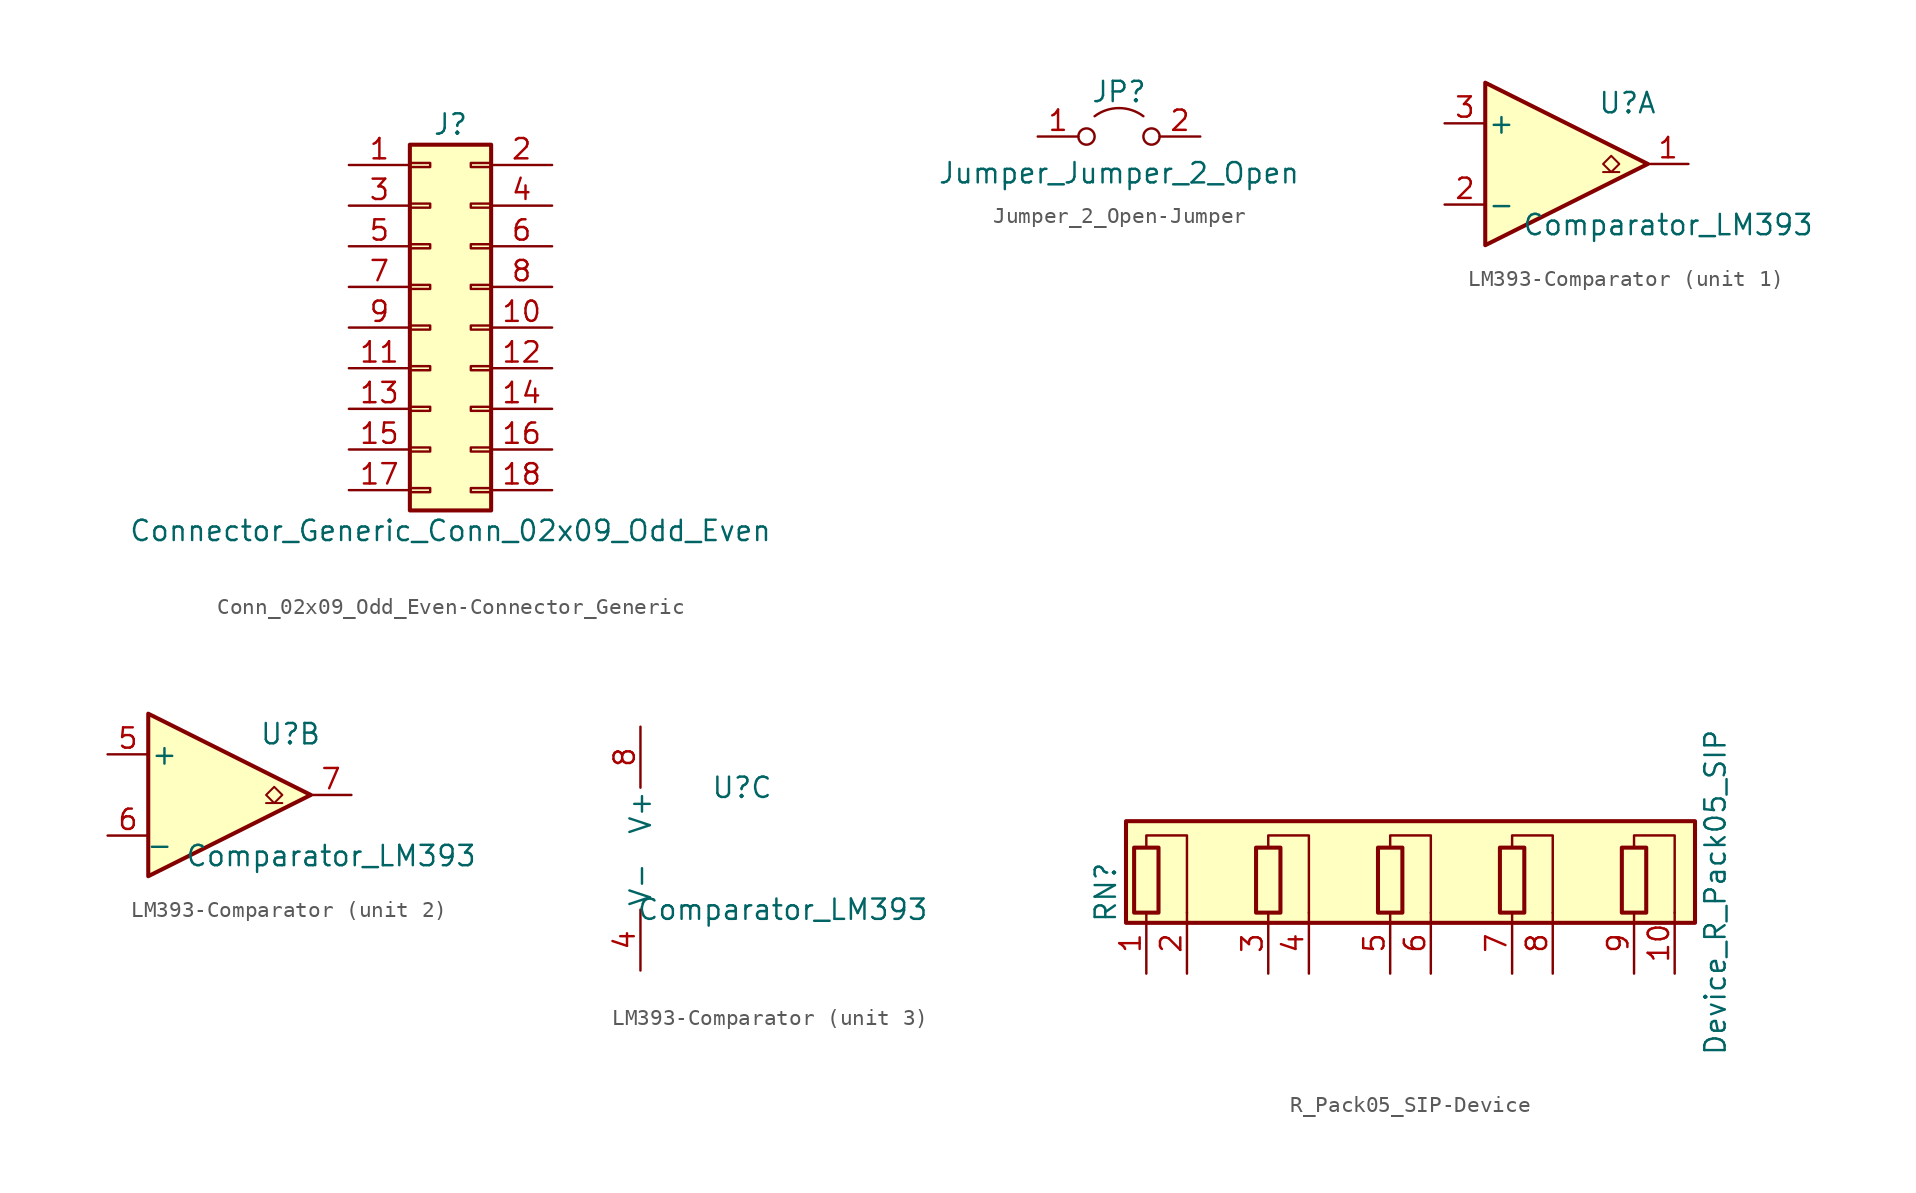
<source format=kicad_sym>
(kicad_symbol_lib
  (version 20220914)
  (generator kicad_symbol_editor)
  (symbol "Conn_02x09_Odd_Even-Connector_Generic"
    (pin_names
      (offset 1.016) hide)
    (property "Reference" "J"
      (at 1.27 12.7 0)
      (effects (font (size 1.27 1.27))))
    (property "Value" "Connector_Generic_Conn_02x09_Odd_Even"
      (at 1.27 -12.7 0)
      (effects (font (size 1.27 1.27))))
    (symbol "Conn_02x09_Odd_Even-Connector_Generic_1_1"
      (rectangle (start -1.27 -10.033) (end 0 -10.287) (stroke (width 0.152) (type solid)) (fill (type none)))
      (rectangle (start -1.27 -7.493) (end 0 -7.747) (stroke (width 0.152) (type solid)) (fill (type none)))
      (rectangle (start -1.27 -4.953) (end 0 -5.207) (stroke (width 0.152) (type solid)) (fill (type none)))
      (rectangle (start -1.27 -2.413) (end 0 -2.667) (stroke (width 0.152) (type solid)) (fill (type none)))
      (rectangle (start -1.27 0.127) (end 0 -0.127) (stroke (width 0.152) (type solid)) (fill (type none)))
      (rectangle (start -1.27 2.667) (end 0 2.413) (stroke (width 0.152) (type solid)) (fill (type none)))
      (rectangle (start -1.27 5.207) (end 0 4.953) (stroke (width 0.152) (type solid)) (fill (type none)))
      (rectangle (start -1.27 7.747) (end 0 7.493) (stroke (width 0.152) (type solid)) (fill (type none)))
      (rectangle (start -1.27 10.287) (end 0 10.033) (stroke (width 0.152) (type solid)) (fill (type none)))
      (rectangle (start -1.27 11.43) (end 3.81 -11.43) (stroke (width 0.254) (type solid)) (fill (type background)))
      (rectangle (start 3.81 -10.033) (end 2.54 -10.287) (stroke (width 0.152) (type solid)) (fill (type none)))
      (rectangle (start 3.81 -7.493) (end 2.54 -7.747) (stroke (width 0.152) (type solid)) (fill (type none)))
      (rectangle (start 3.81 -4.953) (end 2.54 -5.207) (stroke (width 0.152) (type solid)) (fill (type none)))
      (rectangle (start 3.81 -2.413) (end 2.54 -2.667) (stroke (width 0.152) (type solid)) (fill (type none)))
      (rectangle (start 3.81 0.127) (end 2.54 -0.127) (stroke (width 0.152) (type solid)) (fill (type none)))
      (rectangle (start 3.81 2.667) (end 2.54 2.413) (stroke (width 0.152) (type solid)) (fill (type none)))
      (rectangle (start 3.81 5.207) (end 2.54 4.953) (stroke (width 0.152) (type solid)) (fill (type none)))
      (rectangle (start 3.81 7.747) (end 2.54 7.493) (stroke (width 0.152) (type solid)) (fill (type none)))
      (rectangle (start 3.81 10.287) (end 2.54 10.033) (stroke (width 0.152) (type solid)) (fill (type none)))
      (pin passive line (at -5.08 10.16 0) (length 3.81) (name "Pin_1" (effects (font (size 1.27 1.27)))) (number "1" (effects (font (size 1.27 1.27)))))
      (pin passive line (at 7.62 0 180) (length 3.81) (name "Pin_10" (effects (font (size 1.27 1.27)))) (number "10" (effects (font (size 1.27 1.27)))))
      (pin passive line (at -5.08 -2.54 0) (length 3.81) (name "Pin_11" (effects (font (size 1.27 1.27)))) (number "11" (effects (font (size 1.27 1.27)))))
      (pin passive line (at 7.62 -2.54 180) (length 3.81) (name "Pin_12" (effects (font (size 1.27 1.27)))) (number "12" (effects (font (size 1.27 1.27)))))
      (pin passive line (at -5.08 -5.08 0) (length 3.81) (name "Pin_13" (effects (font (size 1.27 1.27)))) (number "13" (effects (font (size 1.27 1.27)))))
      (pin passive line (at 7.62 -5.08 180) (length 3.81) (name "Pin_14" (effects (font (size 1.27 1.27)))) (number "14" (effects (font (size 1.27 1.27)))))
      (pin passive line (at -5.08 -7.62 0) (length 3.81) (name "Pin_15" (effects (font (size 1.27 1.27)))) (number "15" (effects (font (size 1.27 1.27)))))
      (pin passive line (at 7.62 -7.62 180) (length 3.81) (name "Pin_16" (effects (font (size 1.27 1.27)))) (number "16" (effects (font (size 1.27 1.27)))))
      (pin passive line (at -5.08 -10.16 0) (length 3.81) (name "Pin_17" (effects (font (size 1.27 1.27)))) (number "17" (effects (font (size 1.27 1.27)))))
      (pin passive line (at 7.62 -10.16 180) (length 3.81) (name "Pin_18" (effects (font (size 1.27 1.27)))) (number "18" (effects (font (size 1.27 1.27)))))
      (pin passive line (at 7.62 10.16 180) (length 3.81) (name "Pin_2" (effects (font (size 1.27 1.27)))) (number "2" (effects (font (size 1.27 1.27)))))
      (pin passive line (at -5.08 7.62 0) (length 3.81) (name "Pin_3" (effects (font (size 1.27 1.27)))) (number "3" (effects (font (size 1.27 1.27)))))
      (pin passive line (at 7.62 7.62 180) (length 3.81) (name "Pin_4" (effects (font (size 1.27 1.27)))) (number "4" (effects (font (size 1.27 1.27)))))
      (pin passive line (at -5.08 5.08 0) (length 3.81) (name "Pin_5" (effects (font (size 1.27 1.27)))) (number "5" (effects (font (size 1.27 1.27)))))
      (pin passive line (at 7.62 5.08 180) (length 3.81) (name "Pin_6" (effects (font (size 1.27 1.27)))) (number "6" (effects (font (size 1.27 1.27)))))
      (pin passive line (at -5.08 2.54 0) (length 3.81) (name "Pin_7" (effects (font (size 1.27 1.27)))) (number "7" (effects (font (size 1.27 1.27)))))
      (pin passive line (at 7.62 2.54 180) (length 3.81) (name "Pin_8" (effects (font (size 1.27 1.27)))) (number "8" (effects (font (size 1.27 1.27)))))
      (pin passive line (at -5.08 0 0) (length 3.81) (name "Pin_9" (effects (font (size 1.27 1.27)))) (number "9" (effects (font (size 1.27 1.27)))))))
  (symbol "Jumper_2_Open-Jumper"
    (pin_names
      (offset 0) hide)
    (property "Reference" "JP"
      (at 0 2.794 0)
      (effects (font (size 1.27 1.27))))
    (property "Value" "Jumper_Jumper_2_Open"
      (at 0 -2.286 0)
      (effects (font (size 1.27 1.27))))
    (symbol "Jumper_2_Open-Jumper_0_0"
      (circle (center -2.032 0) (radius 0.508) (stroke (width 0) (type solid)) (fill (type none)))
      (circle (center 2.032 0) (radius 0.508) (stroke (width 0) (type solid)) (fill (type none))))
    (symbol "Jumper_2_Open-Jumper_0_1"
      (arc (start 1.524 1.27) (mid 0 1.778) (end -1.524 1.27) (stroke (width 0) (type solid)) (fill (type none))))
    (symbol "Jumper_2_Open-Jumper_1_1"
      (pin passive line (at -5.08 0 0) (length 2.54) (name "A" (effects (font (size 1.27 1.27)))) (number "1" (effects (font (size 1.27 1.27)))))
      (pin passive line (at 5.08 0 180) (length 2.54) (name "B" (effects (font (size 1.27 1.27)))) (number "2" (effects (font (size 1.27 1.27)))))))
  (symbol "LM393-Comparator"
    (pin_names
      (offset 0.127))
    (property "Reference" "U"
      (at 3.81 3.81 0)
      (effects (font (size 1.27 1.27))))
    (property "Value" "Comparator_LM393"
      (at 6.35 -3.81 0)
      (effects (font (size 1.27 1.27))))
    (property "ki_locked" ""
      (at 0 0 0)
      (effects (font (size 1.27 1.27))))
    (symbol "LM393-Comparator_1_1"
      (polyline (pts (xy -5.08 5.08) (xy 5.08 0) (xy -5.08 -5.08) (xy -5.08 5.08)) (stroke (width 0.254) (type solid)) (fill (type background)))
      (polyline (pts (xy 3.302 -0.508) (xy 2.794 -0.508) (xy 3.302 0) (xy 2.794 0.508) (xy 2.286 0) (xy 2.794 -0.508) (xy 2.286 -0.508)) (stroke (width 0.127) (type solid)) (fill (type none)))
      (pin open_collector line (at 7.62 0 180) (length 2.54) (name "~" (effects (font (size 1.27 1.27)))) (number "1" (effects (font (size 1.27 1.27)))))
      (pin input line (at -7.62 -2.54 0) (length 2.54) (name "-" (effects (font (size 1.27 1.27)))) (number "2" (effects (font (size 1.27 1.27)))))
      (pin input line (at -7.62 2.54 0) (length 2.54) (name "+" (effects (font (size 1.27 1.27)))) (number "3" (effects (font (size 1.27 1.27))))))
    (symbol "LM393-Comparator_2_1"
      (polyline (pts (xy -5.08 5.08) (xy 5.08 0) (xy -5.08 -5.08) (xy -5.08 5.08)) (stroke (width 0.254) (type solid)) (fill (type background)))
      (polyline (pts (xy 3.302 -0.508) (xy 2.794 -0.508) (xy 3.302 0) (xy 2.794 0.508) (xy 2.286 0) (xy 2.794 -0.508) (xy 2.286 -0.508)) (stroke (width 0.127) (type solid)) (fill (type none)))
      (pin input line (at -7.62 2.54 0) (length 2.54) (name "+" (effects (font (size 1.27 1.27)))) (number "5" (effects (font (size 1.27 1.27)))))
      (pin input line (at -7.62 -2.54 0) (length 2.54) (name "_" (effects (font (size 1.27 1.27)))) (number "6" (effects (font (size 1.27 1.27)))))
      (pin open_collector line (at 7.62 0 180) (length 2.54) (name "~" (effects (font (size 1.27 1.27)))) (number "7" (effects (font (size 1.27 1.27))))))
    (symbol "LM393-Comparator_3_1"
      (pin power_in line (at -2.54 -7.62 90) (length 3.81) (name "V-" (effects (font (size 1.27 1.27)))) (number "4" (effects (font (size 1.27 1.27)))))
      (pin power_in line (at -2.54 7.62 270) (length 3.81) (name "V+" (effects (font (size 1.27 1.27)))) (number "8" (effects (font (size 1.27 1.27)))))))
  (symbol "R_Pack05_SIP-Device"
    (pin_names
      (offset 0) hide)
    (property "Reference" "RN"
      (at -17.78 0 90)
      (effects (font (size 1.27 1.27))))
    (property "Value" "Device_R_Pack05_SIP"
      (at 20.32 0 90)
      (effects (font (size 1.27 1.27))))
    (symbol "R_Pack05_SIP-Device_0_1"
      (rectangle (start -16.51 -1.905) (end 19.05 4.445) (stroke (width 0.254) (type solid)) (fill (type background)))
      (rectangle (start -16.002 2.794) (end -14.478 -1.27) (stroke (width 0.254) (type solid)) (fill (type none)))
      (rectangle (start -8.382 2.794) (end -6.858 -1.27) (stroke (width 0.254) (type solid)) (fill (type none)))
      (rectangle (start -0.762 2.794) (end 0.762 -1.27) (stroke (width 0.254) (type solid)) (fill (type none)))
      (polyline (pts (xy -15.24 2.794) (xy -15.24 3.556) (xy -12.7 3.556) (xy -12.7 -1.27)) (stroke (width 0) (type solid)) (fill (type none)))
      (polyline (pts (xy -7.62 2.794) (xy -7.62 3.556) (xy -5.08 3.556) (xy -5.08 -1.27)) (stroke (width 0) (type solid)) (fill (type none)))
      (polyline (pts (xy 0 2.794) (xy 0 3.556) (xy 2.54 3.556) (xy 2.54 -1.27)) (stroke (width 0) (type solid)) (fill (type none)))
      (polyline (pts (xy 7.62 2.794) (xy 7.62 3.556) (xy 10.16 3.556) (xy 10.16 -1.27)) (stroke (width 0) (type solid)) (fill (type none)))
      (polyline (pts (xy 15.24 2.794) (xy 15.24 3.556) (xy 17.78 3.556) (xy 17.78 -1.27)) (stroke (width 0) (type solid)) (fill (type none)))
      (rectangle (start 6.858 2.794) (end 8.382 -1.27) (stroke (width 0.254) (type solid)) (fill (type none)))
      (rectangle (start 14.478 2.794) (end 16.002 -1.27) (stroke (width 0.254) (type solid)) (fill (type none))))
    (symbol "R_Pack05_SIP-Device_1_1"
      (pin passive line (at -15.24 -5.08 90) (length 3.81) (name "R1.1" (effects (font (size 1.27 1.27)))) (number "1" (effects (font (size 1.27 1.27)))))
      (pin passive line (at 17.78 -5.08 90) (length 3.81) (name "R5.2" (effects (font (size 1.27 1.27)))) (number "10" (effects (font (size 1.27 1.27)))))
      (pin passive line (at -12.7 -5.08 90) (length 3.81) (name "R1.2" (effects (font (size 1.27 1.27)))) (number "2" (effects (font (size 1.27 1.27)))))
      (pin passive line (at -7.62 -5.08 90) (length 3.81) (name "R2.1" (effects (font (size 1.27 1.27)))) (number "3" (effects (font (size 1.27 1.27)))))
      (pin passive line (at -5.08 -5.08 90) (length 3.81) (name "R2.2" (effects (font (size 1.27 1.27)))) (number "4" (effects (font (size 1.27 1.27)))))
      (pin passive line (at 0 -5.08 90) (length 3.81) (name "R3.1" (effects (font (size 1.27 1.27)))) (number "5" (effects (font (size 1.27 1.27)))))
      (pin passive line (at 2.54 -5.08 90) (length 3.81) (name "R3.2" (effects (font (size 1.27 1.27)))) (number "6" (effects (font (size 1.27 1.27)))))
      (pin passive line (at 7.62 -5.08 90) (length 3.81) (name "R4.1" (effects (font (size 1.27 1.27)))) (number "7" (effects (font (size 1.27 1.27)))))
      (pin passive line (at 10.16 -5.08 90) (length 3.81) (name "R4.2" (effects (font (size 1.27 1.27)))) (number "8" (effects (font (size 1.27 1.27)))))
      (pin passive line (at 15.24 -5.08 90) (length 3.81) (name "R5.1" (effects (font (size 1.27 1.27)))) (number "9" (effects (font (size 1.27 1.27))))))))
</source>
